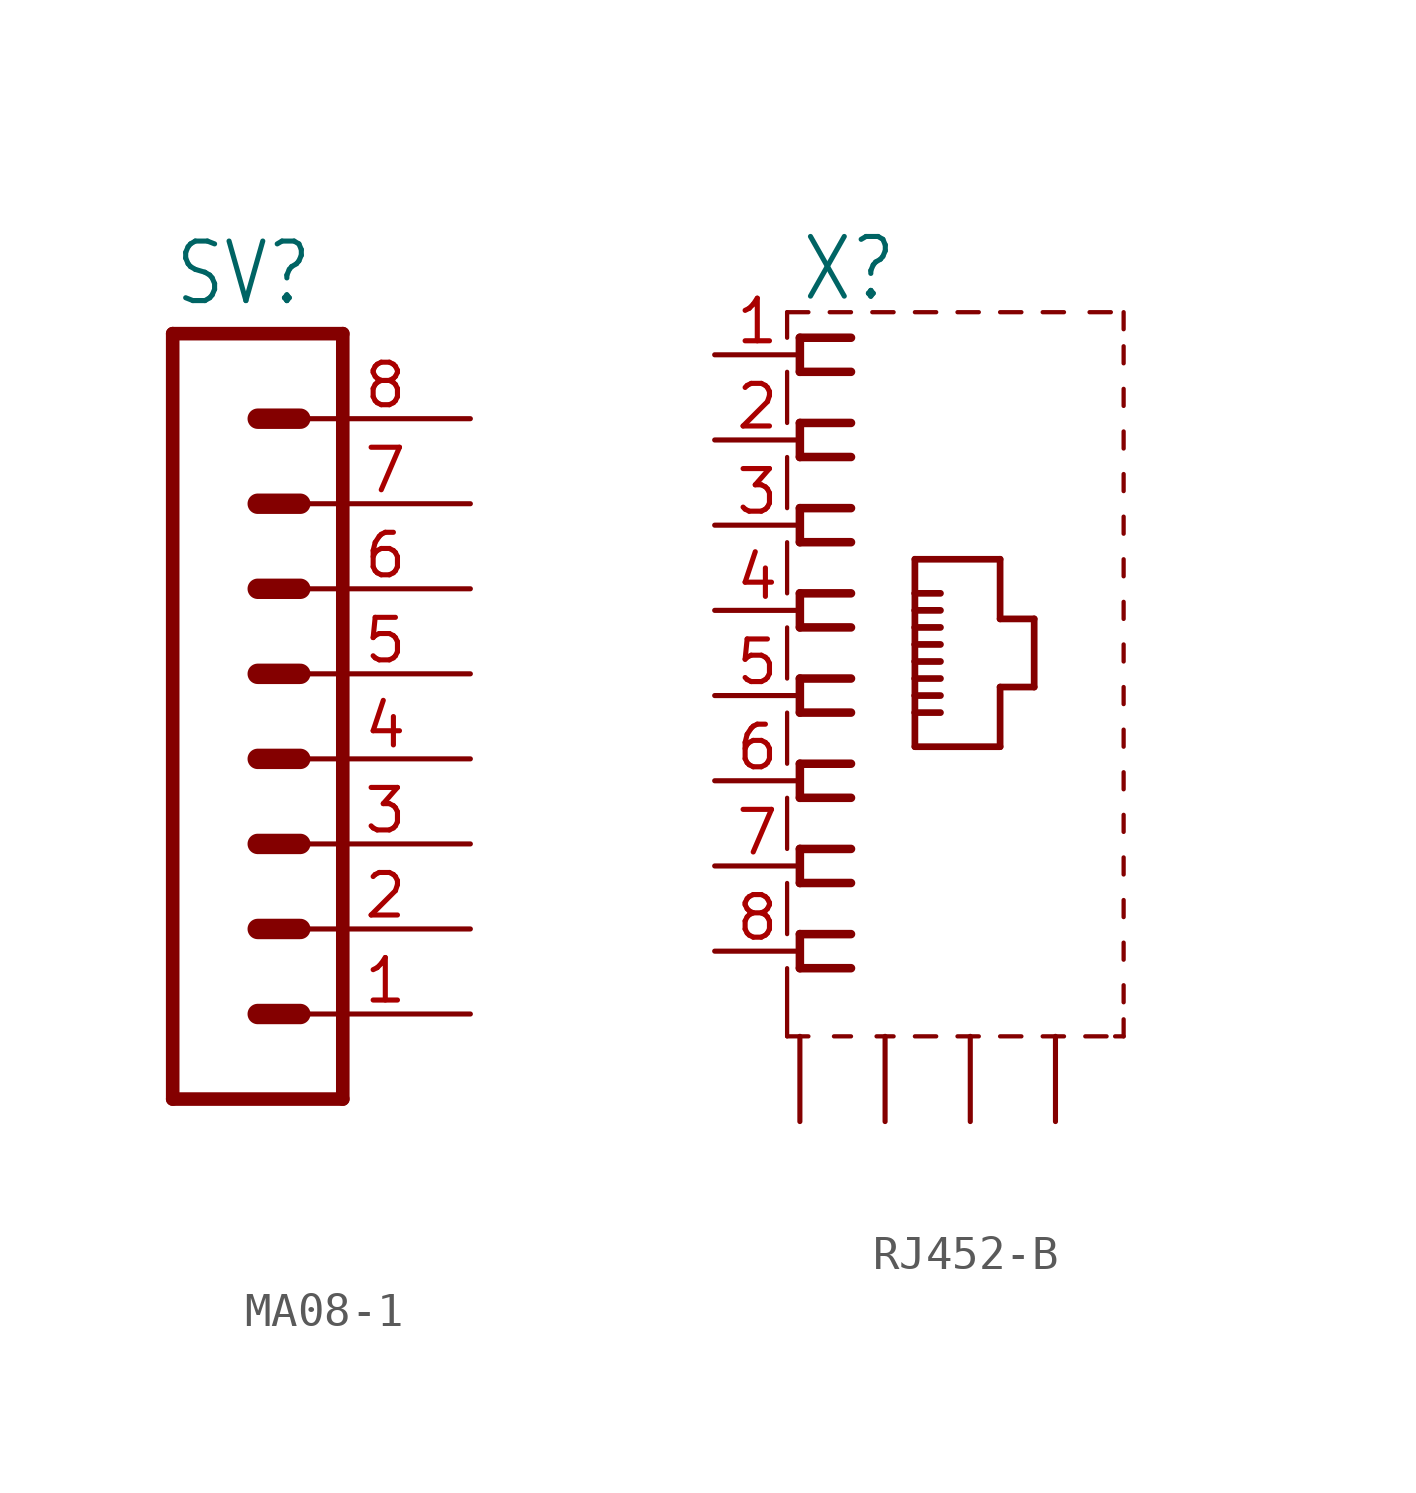
<source format=kicad_sym>
(kicad_symbol_lib
  (version 20220914)
  (generator kicad_symbol_editor)
  (symbol "MA08-1"
    (property "Reference" "SV"
      (at -1.27 13.462 0)
      (effects (font (size 1.778 1.511)) (justify left bottom)))
    (property "Value" ""
      (at -1.27 -12.7 0)
      (effects (font (size 1.778 1.511)) (justify left bottom)))
    (property "ki_locked" ""
      (at 0 0 0)
      (effects (font (size 1.27 1.27))))
    (symbol "MA08-1_1_0"
      (polyline (pts (xy -1.27 12.7) (xy -1.27 -10.16)) (stroke (width 0.406) (type solid)) (fill (type none)))
      (polyline (pts (xy -1.27 12.7) (xy 3.81 12.7)) (stroke (width 0.406) (type solid)) (fill (type none)))
      (polyline (pts (xy 1.27 -7.62) (xy 2.54 -7.62)) (stroke (width 0.61) (type solid)) (fill (type none)))
      (polyline (pts (xy 1.27 -5.08) (xy 2.54 -5.08)) (stroke (width 0.61) (type solid)) (fill (type none)))
      (polyline (pts (xy 1.27 -2.54) (xy 2.54 -2.54)) (stroke (width 0.61) (type solid)) (fill (type none)))
      (polyline (pts (xy 1.27 0) (xy 2.54 0)) (stroke (width 0.61) (type solid)) (fill (type none)))
      (polyline (pts (xy 1.27 2.54) (xy 2.54 2.54)) (stroke (width 0.61) (type solid)) (fill (type none)))
      (polyline (pts (xy 1.27 5.08) (xy 2.54 5.08)) (stroke (width 0.61) (type solid)) (fill (type none)))
      (polyline (pts (xy 1.27 7.62) (xy 2.54 7.62)) (stroke (width 0.61) (type solid)) (fill (type none)))
      (polyline (pts (xy 1.27 10.16) (xy 2.54 10.16)) (stroke (width 0.61) (type solid)) (fill (type none)))
      (polyline (pts (xy 3.81 -10.16) (xy -1.27 -10.16)) (stroke (width 0.406) (type solid)) (fill (type none)))
      (polyline (pts (xy 3.81 -10.16) (xy 3.81 12.7)) (stroke (width 0.406) (type solid)) (fill (type none)))
      (pin passive line (at 7.62 -7.62 180) (length 5.08) (name "1" (effects (font (size 0 0)))) (number "1" (effects (font (size 1.27 1.27)))))
      (pin passive line (at 7.62 -5.08 180) (length 5.08) (name "2" (effects (font (size 0 0)))) (number "2" (effects (font (size 1.27 1.27)))))
      (pin passive line (at 7.62 -2.54 180) (length 5.08) (name "3" (effects (font (size 0 0)))) (number "3" (effects (font (size 1.27 1.27)))))
      (pin passive line (at 7.62 0 180) (length 5.08) (name "4" (effects (font (size 0 0)))) (number "4" (effects (font (size 1.27 1.27)))))
      (pin passive line (at 7.62 2.54 180) (length 5.08) (name "5" (effects (font (size 0 0)))) (number "5" (effects (font (size 1.27 1.27)))))
      (pin passive line (at 7.62 5.08 180) (length 5.08) (name "6" (effects (font (size 0 0)))) (number "6" (effects (font (size 1.27 1.27)))))
      (pin passive line (at 7.62 7.62 180) (length 5.08) (name "7" (effects (font (size 0 0)))) (number "7" (effects (font (size 1.27 1.27)))))
      (pin passive line (at 7.62 10.16 180) (length 5.08) (name "8" (effects (font (size 0 0)))) (number "8" (effects (font (size 1.27 1.27)))))))
  (symbol "RJ452-B"
    (property "Reference" "X"
      (at -5.08 11.684 0)
      (effects (font (size 1.778 1.511)) (justify left bottom)))
    (property "Value" ""
      (at 7.62 -10.16 90)
      (effects (font (size 1.778 1.511)) (justify left bottom)))
    (property "ki_locked" ""
      (at 0 0 0)
      (effects (font (size 1.27 1.27))))
    (symbol "RJ452-B_1_0"
      (polyline (pts (xy -5.461 -10.16) (xy -4.826 -10.16)) (stroke (width 0.127) (type solid)) (fill (type none)))
      (polyline (pts (xy -5.461 -8.128) (xy -5.461 -10.16)) (stroke (width 0.127) (type solid)) (fill (type none)))
      (polyline (pts (xy -5.461 -5.588) (xy -5.461 -7.112)) (stroke (width 0.127) (type solid)) (fill (type none)))
      (polyline (pts (xy -5.461 -3.048) (xy -5.461 -4.572)) (stroke (width 0.127) (type solid)) (fill (type none)))
      (polyline (pts (xy -5.461 -0.508) (xy -5.461 -2.032)) (stroke (width 0.127) (type solid)) (fill (type none)))
      (polyline (pts (xy -5.461 2.032) (xy -5.461 0.508)) (stroke (width 0.127) (type solid)) (fill (type none)))
      (polyline (pts (xy -5.461 4.572) (xy -5.461 3.048)) (stroke (width 0.127) (type solid)) (fill (type none)))
      (polyline (pts (xy -5.461 7.112) (xy -5.461 5.588)) (stroke (width 0.127) (type solid)) (fill (type none)))
      (polyline (pts (xy -5.461 9.652) (xy -5.461 8.128)) (stroke (width 0.127) (type solid)) (fill (type none)))
      (polyline (pts (xy -5.461 11.43) (xy -5.461 10.668)) (stroke (width 0.127) (type solid)) (fill (type none)))
      (polyline (pts (xy -5.08 -8.128) (xy -3.556 -8.128)) (stroke (width 0.254) (type solid)) (fill (type none)))
      (polyline (pts (xy -5.08 -7.112) (xy -5.08 -8.128)) (stroke (width 0.254) (type solid)) (fill (type none)))
      (polyline (pts (xy -5.08 -5.588) (xy -3.556 -5.588)) (stroke (width 0.254) (type solid)) (fill (type none)))
      (polyline (pts (xy -5.08 -4.572) (xy -5.08 -5.588)) (stroke (width 0.254) (type solid)) (fill (type none)))
      (polyline (pts (xy -5.08 -3.048) (xy -3.556 -3.048)) (stroke (width 0.254) (type solid)) (fill (type none)))
      (polyline (pts (xy -5.08 -2.032) (xy -5.08 -3.048)) (stroke (width 0.254) (type solid)) (fill (type none)))
      (polyline (pts (xy -5.08 -0.508) (xy -3.556 -0.508)) (stroke (width 0.254) (type solid)) (fill (type none)))
      (polyline (pts (xy -5.08 0.508) (xy -5.08 -0.508)) (stroke (width 0.254) (type solid)) (fill (type none)))
      (polyline (pts (xy -5.08 2.032) (xy -3.556 2.032)) (stroke (width 0.254) (type solid)) (fill (type none)))
      (polyline (pts (xy -5.08 3.048) (xy -5.08 2.032)) (stroke (width 0.254) (type solid)) (fill (type none)))
      (polyline (pts (xy -5.08 4.572) (xy -3.556 4.572)) (stroke (width 0.254) (type solid)) (fill (type none)))
      (polyline (pts (xy -5.08 5.588) (xy -5.08 4.572)) (stroke (width 0.254) (type solid)) (fill (type none)))
      (polyline (pts (xy -5.08 7.112) (xy -3.556 7.112)) (stroke (width 0.254) (type solid)) (fill (type none)))
      (polyline (pts (xy -5.08 8.128) (xy -5.08 7.112)) (stroke (width 0.254) (type solid)) (fill (type none)))
      (polyline (pts (xy -5.08 9.652) (xy -3.556 9.652)) (stroke (width 0.254) (type solid)) (fill (type none)))
      (polyline (pts (xy -5.08 10.668) (xy -5.08 9.652)) (stroke (width 0.254) (type solid)) (fill (type none)))
      (polyline (pts (xy -4.826 11.43) (xy -5.461 11.43)) (stroke (width 0.127) (type solid)) (fill (type none)))
      (polyline (pts (xy -4.064 -10.16) (xy -3.556 -10.16)) (stroke (width 0.127) (type solid)) (fill (type none)))
      (polyline (pts (xy -3.556 -7.112) (xy -5.08 -7.112)) (stroke (width 0.254) (type solid)) (fill (type none)))
      (polyline (pts (xy -3.556 -4.572) (xy -5.08 -4.572)) (stroke (width 0.254) (type solid)) (fill (type none)))
      (polyline (pts (xy -3.556 -2.032) (xy -5.08 -2.032)) (stroke (width 0.254) (type solid)) (fill (type none)))
      (polyline (pts (xy -3.556 0.508) (xy -5.08 0.508)) (stroke (width 0.254) (type solid)) (fill (type none)))
      (polyline (pts (xy -3.556 3.048) (xy -5.08 3.048)) (stroke (width 0.254) (type solid)) (fill (type none)))
      (polyline (pts (xy -3.556 5.588) (xy -5.08 5.588)) (stroke (width 0.254) (type solid)) (fill (type none)))
      (polyline (pts (xy -3.556 8.128) (xy -5.08 8.128)) (stroke (width 0.254) (type solid)) (fill (type none)))
      (polyline (pts (xy -3.556 10.668) (xy -5.08 10.668)) (stroke (width 0.254) (type solid)) (fill (type none)))
      (polyline (pts (xy -3.556 11.43) (xy -4.191 11.43)) (stroke (width 0.127) (type solid)) (fill (type none)))
      (polyline (pts (xy -2.794 -10.16) (xy -2.286 -10.16)) (stroke (width 0.127) (type solid)) (fill (type none)))
      (polyline (pts (xy -2.286 11.43) (xy -2.921 11.43)) (stroke (width 0.127) (type solid)) (fill (type none)))
      (polyline (pts (xy -1.651 -1.524) (xy 0.889 -1.524)) (stroke (width 0.2) (type solid)) (fill (type none)))
      (polyline (pts (xy -1.651 -0.508) (xy -1.651 -1.524)) (stroke (width 0.2) (type solid)) (fill (type none)))
      (polyline (pts (xy -1.651 -0.508) (xy -0.889 -0.508)) (stroke (width 0.2) (type solid)) (fill (type none)))
      (polyline (pts (xy -1.651 0) (xy -1.651 -0.508)) (stroke (width 0.2) (type solid)) (fill (type none)))
      (polyline (pts (xy -1.651 0) (xy -0.889 0)) (stroke (width 0.2) (type solid)) (fill (type none)))
      (polyline (pts (xy -1.651 0.508) (xy -1.651 0)) (stroke (width 0.2) (type solid)) (fill (type none)))
      (polyline (pts (xy -1.651 0.508) (xy -0.889 0.508)) (stroke (width 0.2) (type solid)) (fill (type none)))
      (polyline (pts (xy -1.651 1.016) (xy -1.651 0.508)) (stroke (width 0.2) (type solid)) (fill (type none)))
      (polyline (pts (xy -1.651 1.016) (xy -0.889 1.016)) (stroke (width 0.2) (type solid)) (fill (type none)))
      (polyline (pts (xy -1.651 1.524) (xy -1.651 1.016)) (stroke (width 0.2) (type solid)) (fill (type none)))
      (polyline (pts (xy -1.651 1.524) (xy -0.889 1.524)) (stroke (width 0.2) (type solid)) (fill (type none)))
      (polyline (pts (xy -1.651 2.032) (xy -1.651 1.524)) (stroke (width 0.2) (type solid)) (fill (type none)))
      (polyline (pts (xy -1.651 2.032) (xy -0.889 2.032)) (stroke (width 0.2) (type solid)) (fill (type none)))
      (polyline (pts (xy -1.651 2.54) (xy -1.651 2.032)) (stroke (width 0.2) (type solid)) (fill (type none)))
      (polyline (pts (xy -1.651 2.54) (xy -0.889 2.54)) (stroke (width 0.2) (type solid)) (fill (type none)))
      (polyline (pts (xy -1.651 3.048) (xy -1.651 2.54)) (stroke (width 0.2) (type solid)) (fill (type none)))
      (polyline (pts (xy -1.651 3.048) (xy -0.889 3.048)) (stroke (width 0.2) (type solid)) (fill (type none)))
      (polyline (pts (xy -1.651 4.064) (xy -1.651 3.048)) (stroke (width 0.2) (type solid)) (fill (type none)))
      (polyline (pts (xy -1.016 -10.16) (xy -1.651 -10.16)) (stroke (width 0.127) (type solid)) (fill (type none)))
      (polyline (pts (xy -1.016 11.43) (xy -1.651 11.43)) (stroke (width 0.127) (type solid)) (fill (type none)))
      (polyline (pts (xy 0.254 -10.16) (xy -0.381 -10.16)) (stroke (width 0.127) (type solid)) (fill (type none)))
      (polyline (pts (xy 0.254 11.43) (xy -0.381 11.43)) (stroke (width 0.127) (type solid)) (fill (type none)))
      (polyline (pts (xy 0.889 -1.524) (xy 0.889 0.254)) (stroke (width 0.2) (type solid)) (fill (type none)))
      (polyline (pts (xy 0.889 0.254) (xy 1.905 0.254)) (stroke (width 0.2) (type solid)) (fill (type none)))
      (polyline (pts (xy 0.889 2.286) (xy 0.889 4.064)) (stroke (width 0.2) (type solid)) (fill (type none)))
      (polyline (pts (xy 0.889 4.064) (xy -1.651 4.064)) (stroke (width 0.2) (type solid)) (fill (type none)))
      (polyline (pts (xy 1.524 -10.16) (xy 0.889 -10.16)) (stroke (width 0.127) (type solid)) (fill (type none)))
      (polyline (pts (xy 1.524 11.43) (xy 0.889 11.43)) (stroke (width 0.127) (type solid)) (fill (type none)))
      (polyline (pts (xy 1.905 0.254) (xy 1.905 2.286)) (stroke (width 0.2) (type solid)) (fill (type none)))
      (polyline (pts (xy 1.905 2.286) (xy 0.889 2.286)) (stroke (width 0.2) (type solid)) (fill (type none)))
      (polyline (pts (xy 2.794 -10.16) (xy 2.159 -10.16)) (stroke (width 0.127) (type solid)) (fill (type none)))
      (polyline (pts (xy 2.794 11.43) (xy 2.159 11.43)) (stroke (width 0.127) (type solid)) (fill (type none)))
      (polyline (pts (xy 3.556 11.43) (xy 4.191 11.43)) (stroke (width 0.127) (type solid)) (fill (type none)))
      (polyline (pts (xy 4.064 -10.16) (xy 3.429 -10.16)) (stroke (width 0.127) (type solid)) (fill (type none)))
      (polyline (pts (xy 4.318 -10.16) (xy 4.572 -10.16)) (stroke (width 0.127) (type solid)) (fill (type none)))
      (polyline (pts (xy 4.572 -10.16) (xy 4.572 -9.652)) (stroke (width 0.127) (type solid)) (fill (type none)))
      (polyline (pts (xy 4.572 -9.144) (xy 4.572 -8.636)) (stroke (width 0.127) (type solid)) (fill (type none)))
      (polyline (pts (xy 4.572 -7.874) (xy 4.572 -7.366)) (stroke (width 0.127) (type solid)) (fill (type none)))
      (polyline (pts (xy 4.572 -6.604) (xy 4.572 -6.096)) (stroke (width 0.127) (type solid)) (fill (type none)))
      (polyline (pts (xy 4.572 -5.334) (xy 4.572 -4.826)) (stroke (width 0.127) (type solid)) (fill (type none)))
      (polyline (pts (xy 4.572 -4.064) (xy 4.572 -3.556)) (stroke (width 0.127) (type solid)) (fill (type none)))
      (polyline (pts (xy 4.572 -2.794) (xy 4.572 -2.286)) (stroke (width 0.127) (type solid)) (fill (type none)))
      (polyline (pts (xy 4.572 -1.524) (xy 4.572 -1.016)) (stroke (width 0.127) (type solid)) (fill (type none)))
      (polyline (pts (xy 4.572 -0.254) (xy 4.572 0.254)) (stroke (width 0.127) (type solid)) (fill (type none)))
      (polyline (pts (xy 4.572 1.016) (xy 4.572 1.524)) (stroke (width 0.127) (type solid)) (fill (type none)))
      (polyline (pts (xy 4.572 2.286) (xy 4.572 2.794)) (stroke (width 0.127) (type solid)) (fill (type none)))
      (polyline (pts (xy 4.572 3.556) (xy 4.572 4.064)) (stroke (width 0.127) (type solid)) (fill (type none)))
      (polyline (pts (xy 4.572 4.826) (xy 4.572 5.334)) (stroke (width 0.127) (type solid)) (fill (type none)))
      (polyline (pts (xy 4.572 6.096) (xy 4.572 6.604)) (stroke (width 0.127) (type solid)) (fill (type none)))
      (polyline (pts (xy 4.572 7.366) (xy 4.572 7.874)) (stroke (width 0.127) (type solid)) (fill (type none)))
      (polyline (pts (xy 4.572 8.636) (xy 4.572 9.144)) (stroke (width 0.127) (type solid)) (fill (type none)))
      (polyline (pts (xy 4.572 9.906) (xy 4.572 10.414)) (stroke (width 0.127) (type solid)) (fill (type none)))
      (polyline (pts (xy 4.572 10.922) (xy 4.572 11.43)) (stroke (width 0.127) (type solid)) (fill (type none)))
      (pin passive line (at -7.62 10.16 0) (length 2.54) (name "1" (effects (font (size 0 0)))) (number "1" (effects (font (size 1.27 1.27)))))
      (pin passive line (at -7.62 7.62 0) (length 2.54) (name "2" (effects (font (size 0 0)))) (number "2" (effects (font (size 1.27 1.27)))))
      (pin passive line (at -7.62 5.08 0) (length 2.54) (name "3" (effects (font (size 0 0)))) (number "3" (effects (font (size 1.27 1.27)))))
      (pin passive line (at -7.62 2.54 0) (length 2.54) (name "4" (effects (font (size 0 0)))) (number "4" (effects (font (size 1.27 1.27)))))
      (pin passive line (at -7.62 0 0) (length 2.54) (name "5" (effects (font (size 0 0)))) (number "5" (effects (font (size 1.27 1.27)))))
      (pin passive line (at -7.62 -2.54 0) (length 2.54) (name "6" (effects (font (size 0 0)))) (number "6" (effects (font (size 1.27 1.27)))))
      (pin passive line (at -7.62 -5.08 0) (length 2.54) (name "7" (effects (font (size 0 0)))) (number "7" (effects (font (size 1.27 1.27)))))
      (pin passive line (at -7.62 -7.62 0) (length 2.54) (name "8" (effects (font (size 0 0)))) (number "8" (effects (font (size 1.27 1.27)))))
      (pin passive line (at -5.08 -12.7 90) (length 2.54) (name "S@1" (effects (font (size 0 0)))) (number "S1" (effects (font (size 0 0)))))
      (pin passive line (at -2.54 -12.7 90) (length 2.54) (name "S@2" (effects (font (size 0 0)))) (number "S2" (effects (font (size 0 0)))))
      (pin passive line (at 0 -12.7 90) (length 2.54) (name "S@3" (effects (font (size 0 0)))) (number "S3" (effects (font (size 0 0)))))
      (pin passive line (at 2.54 -12.7 90) (length 2.54) (name "S@4" (effects (font (size 0 0)))) (number "S4" (effects (font (size 0 0))))))))
</source>
